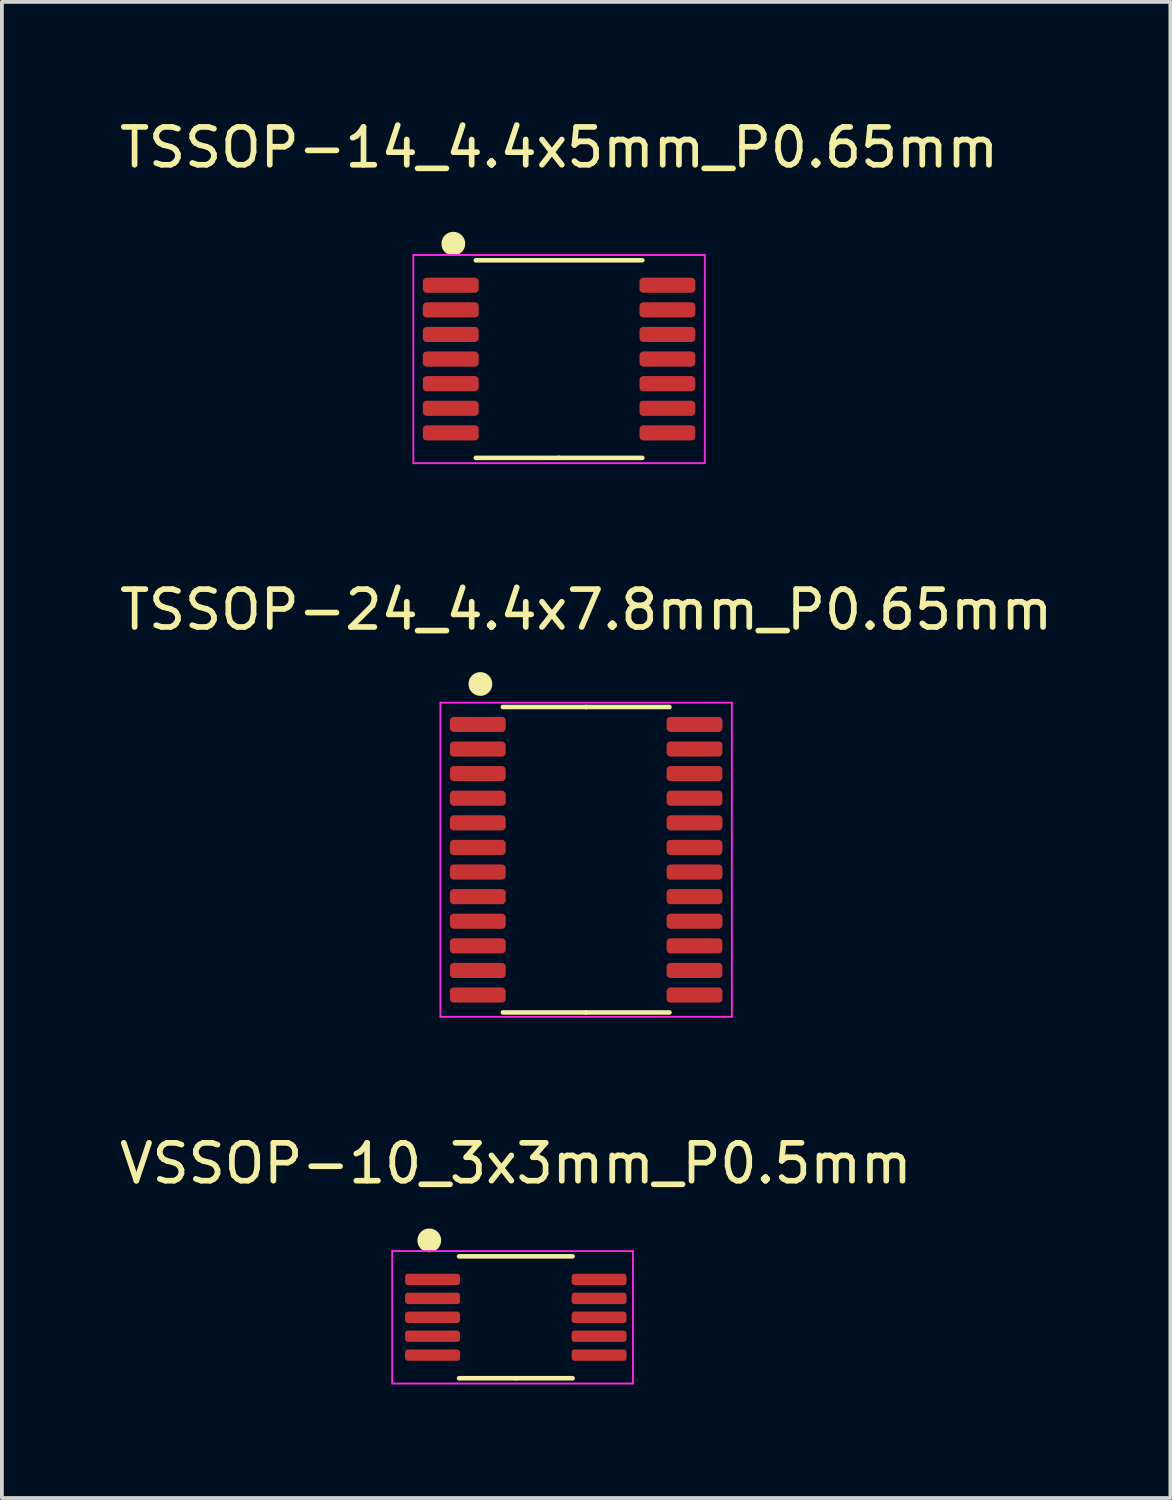
<source format=kicad_pcb>
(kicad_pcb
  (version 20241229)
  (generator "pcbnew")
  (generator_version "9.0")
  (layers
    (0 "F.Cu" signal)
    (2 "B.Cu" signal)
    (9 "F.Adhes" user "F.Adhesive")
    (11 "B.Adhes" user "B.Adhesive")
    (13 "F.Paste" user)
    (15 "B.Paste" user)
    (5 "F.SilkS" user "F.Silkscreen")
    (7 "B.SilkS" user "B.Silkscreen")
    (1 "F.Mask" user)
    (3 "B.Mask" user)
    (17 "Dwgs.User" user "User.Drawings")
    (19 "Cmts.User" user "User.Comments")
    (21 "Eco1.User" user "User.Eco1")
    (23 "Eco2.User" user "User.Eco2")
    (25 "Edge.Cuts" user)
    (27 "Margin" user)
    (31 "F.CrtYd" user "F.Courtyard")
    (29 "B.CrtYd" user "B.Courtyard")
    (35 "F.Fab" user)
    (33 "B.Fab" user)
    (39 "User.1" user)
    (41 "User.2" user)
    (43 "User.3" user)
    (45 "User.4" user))
  (footprint "TSSOP-14_4.4x5mm_P0.65mm"
    (layer "F.Cu")
    (at 11.72 6.436)
    (property "Reference" "TSSOP-14_4.4x5mm_P0.65mm" (at 0 -5.588 0) (unlocked yes) (layer "F.SilkS") (effects (font (size 1 1) (thickness 0.15))))
    (attr smd)
    (fp_line (start -2.2 -2.61) (end 2.2 -2.61) (stroke (width 0.12) (type solid)) (layer "F.SilkS"))
    (fp_line (start 0 2.61) (end -2.2 2.61) (stroke (width 0.12) (type solid)) (layer "F.SilkS"))
    (fp_line (start 0 2.61) (end 2.2 2.61) (stroke (width 0.12) (type solid)) (layer "F.SilkS"))
    (fp_circle (center -2.794 -3.048) (end -2.54 -3.048) (stroke (width 0.12) (type solid)) (fill yes) (layer "F.SilkS"))
    (fp_line (start -3.85 -2.75) (end -3.85 2.75) (stroke (width 0.05) (type solid)) (layer "F.CrtYd"))
    (fp_line (start -3.85 2.75) (end 3.85 2.75) (stroke (width 0.05) (type solid)) (layer "F.CrtYd"))
    (fp_line (start 3.85 -2.75) (end -3.85 -2.75) (stroke (width 0.05) (type solid)) (layer "F.CrtYd"))
    (fp_line (start 3.85 2.75) (end 3.85 -2.75) (stroke (width 0.05) (type solid)) (layer "F.CrtYd"))
    (pad "1" smd roundrect (at -2.862 -1.95) (size 1.475 0.4) (layers "F.Cu" "F.Mask" "F.Paste") (roundrect_rratio 0.25))
    (pad "2" smd roundrect (at -2.862 -1.3) (size 1.475 0.4) (layers "F.Cu" "F.Mask" "F.Paste") (roundrect_rratio 0.25))
    (pad "3" smd roundrect (at -2.862 -0.65) (size 1.475 0.4) (layers "F.Cu" "F.Mask" "F.Paste") (roundrect_rratio 0.25))
    (pad "4" smd roundrect (at -2.862 0) (size 1.475 0.4) (layers "F.Cu" "F.Mask" "F.Paste") (roundrect_rratio 0.25))
    (pad "5" smd roundrect (at -2.862 0.65) (size 1.475 0.4) (layers "F.Cu" "F.Mask" "F.Paste") (roundrect_rratio 0.25))
    (pad "6" smd roundrect (at -2.862 1.3) (size 1.475 0.4) (layers "F.Cu" "F.Mask" "F.Paste") (roundrect_rratio 0.25))
    (pad "7" smd roundrect (at -2.862 1.95) (size 1.475 0.4) (layers "F.Cu" "F.Mask" "F.Paste") (roundrect_rratio 0.25))
    (pad "8" smd roundrect (at 2.862 1.95) (size 1.475 0.4) (layers "F.Cu" "F.Mask" "F.Paste") (roundrect_rratio 0.25))
    (pad "9" smd roundrect (at 2.862 1.3) (size 1.475 0.4) (layers "F.Cu" "F.Mask" "F.Paste") (roundrect_rratio 0.25))
    (pad "10" smd roundrect (at 2.862 0.65) (size 1.475 0.4) (layers "F.Cu" "F.Mask" "F.Paste") (roundrect_rratio 0.25))
    (pad "11" smd roundrect (at 2.862 0) (size 1.475 0.4) (layers "F.Cu" "F.Mask" "F.Paste") (roundrect_rratio 0.25))
    (pad "12" smd roundrect (at 2.862 -0.65) (size 1.475 0.4) (layers "F.Cu" "F.Mask" "F.Paste") (roundrect_rratio 0.25))
    (pad "13" smd roundrect (at 2.862 -1.3) (size 1.475 0.4) (layers "F.Cu" "F.Mask" "F.Paste") (roundrect_rratio 0.25))
    (pad "14" smd roundrect (at 2.862 -1.95) (size 1.475 0.4) (layers "F.Cu" "F.Mask" "F.Paste") (roundrect_rratio 0.25)))
  (footprint "VSSOP-10_3x3mm_P0.5mm"
    (layer "F.Cu")
    (at 10.577 31.751)
    (property "Reference" "VSSOP-10_3x3mm_P0.5mm" (at 0 -4.064 0) (unlocked yes) (layer "F.SilkS") (effects (font (size 1 1) (thickness 0.15))))
    (attr smd)
    (fp_line (start -1.5 -1.61) (end 1.5 -1.61) (stroke (width 0.12) (type solid)) (layer "F.SilkS"))
    (fp_line (start 0 1.61) (end -1.5 1.61) (stroke (width 0.12) (type solid)) (layer "F.SilkS"))
    (fp_line (start 0 1.61) (end 1.5 1.61) (stroke (width 0.12) (type solid)) (layer "F.SilkS"))
    (fp_circle (center -2.286 -2.032) (end -2.032 -2.032) (stroke (width 0.12) (type solid)) (fill yes) (layer "F.SilkS"))
    (fp_line (start -3.266 -1.75) (end -3.266 1.75) (stroke (width 0.05) (type solid)) (layer "F.CrtYd"))
    (fp_line (start -3.266 1.75) (end 3.094 1.75) (stroke (width 0.05) (type solid)) (layer "F.CrtYd"))
    (fp_line (start 3.094 -1.75) (end -3.266 -1.75) (stroke (width 0.05) (type solid)) (layer "F.CrtYd"))
    (fp_line (start 3.094 1.75) (end 3.094 -1.75) (stroke (width 0.05) (type solid)) (layer "F.CrtYd"))
    (pad "1" smd roundrect (at -2.2 -1) (size 1.45 0.3) (layers "F.Cu" "F.Mask" "F.Paste") (roundrect_rratio 0.25))
    (pad "2" smd roundrect (at -2.2 -0.5) (size 1.45 0.3) (layers "F.Cu" "F.Mask" "F.Paste") (roundrect_rratio 0.25))
    (pad "3" smd roundrect (at -2.2 0) (size 1.45 0.3) (layers "F.Cu" "F.Mask" "F.Paste") (roundrect_rratio 0.25))
    (pad "4" smd roundrect (at -2.2 0.5) (size 1.45 0.3) (layers "F.Cu" "F.Mask" "F.Paste") (roundrect_rratio 0.25))
    (pad "5" smd roundrect (at -2.2 1) (size 1.45 0.3) (layers "F.Cu" "F.Mask" "F.Paste") (roundrect_rratio 0.25))
    (pad "6" smd roundrect (at 2.2 1) (size 1.45 0.3) (layers "F.Cu" "F.Mask" "F.Paste") (roundrect_rratio 0.25))
    (pad "7" smd roundrect (at 2.2 0.5) (size 1.45 0.3) (layers "F.Cu" "F.Mask" "F.Paste") (roundrect_rratio 0.25))
    (pad "8" smd roundrect (at 2.2 0) (size 1.45 0.3) (layers "F.Cu" "F.Mask" "F.Paste") (roundrect_rratio 0.25))
    (pad "9" smd roundrect (at 2.2 -0.5) (size 1.45 0.3) (layers "F.Cu" "F.Mask" "F.Paste") (roundrect_rratio 0.25))
    (pad "10" smd roundrect (at 2.2 -1) (size 1.45 0.3) (layers "F.Cu" "F.Mask" "F.Paste") (roundrect_rratio 0.25)))
  (footprint "TSSOP-24_4.4x7.8mm_P0.65mm"
    (layer "F.Cu")
    (at 12.435 19.663)
    (property "Reference" "TSSOP-24_4.4x7.8mm_P0.65mm" (at 0 -6.604 0) (unlocked yes) (layer "F.SilkS") (effects (font (size 1 1) (thickness 0.15))))
    (attr smd)
    (fp_line (start -2.2 -4.035) (end 0.00008 -4.035) (stroke (width 0.12) (type solid)) (layer "F.SilkS"))
    (fp_line (start 0.00008 -4.035) (end 2.2 -4.035) (stroke (width 0.12) (type solid)) (layer "F.SilkS"))
    (fp_line (start 0.00008 4.035) (end -2.2 4.035) (stroke (width 0.12) (type solid)) (layer "F.SilkS"))
    (fp_line (start 0.00008 4.035) (end 2.2 4.035) (stroke (width 0.12) (type solid)) (layer "F.SilkS"))
    (fp_circle (center -2.794 -4.643) (end -2.54 -4.643) (stroke (width 0.12) (type solid)) (fill yes) (layer "F.SilkS"))
    (fp_line (start -3.85 -4.15) (end -3.85 4.15) (stroke (width 0.05) (type solid)) (layer "F.CrtYd"))
    (fp_line (start -3.85 4.15) (end 3.85 4.15) (stroke (width 0.05) (type solid)) (layer "F.CrtYd"))
    (fp_line (start 3.85 -4.15) (end -3.85 -4.15) (stroke (width 0.05) (type solid)) (layer "F.CrtYd"))
    (fp_line (start 3.85 4.15) (end 3.85 -4.15) (stroke (width 0.05) (type solid)) (layer "F.CrtYd"))
    (pad "1" smd roundrect (at -2.862 -3.575) (size 1.475 0.4) (layers "F.Cu" "F.Mask" "F.Paste") (roundrect_rratio 0.25))
    (pad "2" smd roundrect (at -2.862 -2.925) (size 1.475 0.4) (layers "F.Cu" "F.Mask" "F.Paste") (roundrect_rratio 0.25))
    (pad "3" smd roundrect (at -2.862 -2.275) (size 1.475 0.4) (layers "F.Cu" "F.Mask" "F.Paste") (roundrect_rratio 0.25))
    (pad "4" smd roundrect (at -2.862 -1.625) (size 1.475 0.4) (layers "F.Cu" "F.Mask" "F.Paste") (roundrect_rratio 0.25))
    (pad "5" smd roundrect (at -2.862 -0.975) (size 1.475 0.4) (layers "F.Cu" "F.Mask" "F.Paste") (roundrect_rratio 0.25))
    (pad "6" smd roundrect (at -2.862 -0.325) (size 1.475 0.4) (layers "F.Cu" "F.Mask" "F.Paste") (roundrect_rratio 0.25))
    (pad "7" smd roundrect (at -2.862 0.325) (size 1.475 0.4) (layers "F.Cu" "F.Mask" "F.Paste") (roundrect_rratio 0.25))
    (pad "8" smd roundrect (at -2.862 0.975) (size 1.475 0.4) (layers "F.Cu" "F.Mask" "F.Paste") (roundrect_rratio 0.25))
    (pad "9" smd roundrect (at -2.862 1.625) (size 1.475 0.4) (layers "F.Cu" "F.Mask" "F.Paste") (roundrect_rratio 0.25))
    (pad "10" smd roundrect (at -2.862 2.275) (size 1.475 0.4) (layers "F.Cu" "F.Mask" "F.Paste") (roundrect_rratio 0.25))
    (pad "11" smd roundrect (at -2.862 2.925) (size 1.475 0.4) (layers "F.Cu" "F.Mask" "F.Paste") (roundrect_rratio 0.25))
    (pad "12" smd roundrect (at -2.862 3.575) (size 1.475 0.4) (layers "F.Cu" "F.Mask" "F.Paste") (roundrect_rratio 0.25))
    (pad "13" smd roundrect (at 2.863 3.575) (size 1.475 0.4) (layers "F.Cu" "F.Mask" "F.Paste") (roundrect_rratio 0.25))
    (pad "14" smd roundrect (at 2.863 2.925) (size 1.475 0.4) (layers "F.Cu" "F.Mask" "F.Paste") (roundrect_rratio 0.25))
    (pad "15" smd roundrect (at 2.863 2.275) (size 1.475 0.4) (layers "F.Cu" "F.Mask" "F.Paste") (roundrect_rratio 0.25))
    (pad "16" smd roundrect (at 2.863 1.625) (size 1.475 0.4) (layers "F.Cu" "F.Mask" "F.Paste") (roundrect_rratio 0.25))
    (pad "17" smd roundrect (at 2.863 0.975) (size 1.475 0.4) (layers "F.Cu" "F.Mask" "F.Paste") (roundrect_rratio 0.25))
    (pad "18" smd roundrect (at 2.863 0.325) (size 1.475 0.4) (layers "F.Cu" "F.Mask" "F.Paste") (roundrect_rratio 0.25))
    (pad "19" smd roundrect (at 2.863 -0.325) (size 1.475 0.4) (layers "F.Cu" "F.Mask" "F.Paste") (roundrect_rratio 0.25))
    (pad "20" smd roundrect (at 2.863 -0.975) (size 1.475 0.4) (layers "F.Cu" "F.Mask" "F.Paste") (roundrect_rratio 0.25))
    (pad "21" smd roundrect (at 2.863 -1.625) (size 1.475 0.4) (layers "F.Cu" "F.Mask" "F.Paste") (roundrect_rratio 0.25))
    (pad "22" smd roundrect (at 2.863 -2.275) (size 1.475 0.4) (layers "F.Cu" "F.Mask" "F.Paste") (roundrect_rratio 0.25))
    (pad "23" smd roundrect (at 2.863 -2.925) (size 1.475 0.4) (layers "F.Cu" "F.Mask" "F.Paste") (roundrect_rratio 0.25))
    (pad "24" smd roundrect (at 2.863 -3.575) (size 1.475 0.4) (layers "F.Cu" "F.Mask" "F.Paste") (roundrect_rratio 0.25)))
  (gr_rect
    (start -3 -3)
    (end 27.869 36.526)
    (stroke (width 0.1) (type default))
    (fill no)
    (layer "Edge.Cuts")))
</source>
